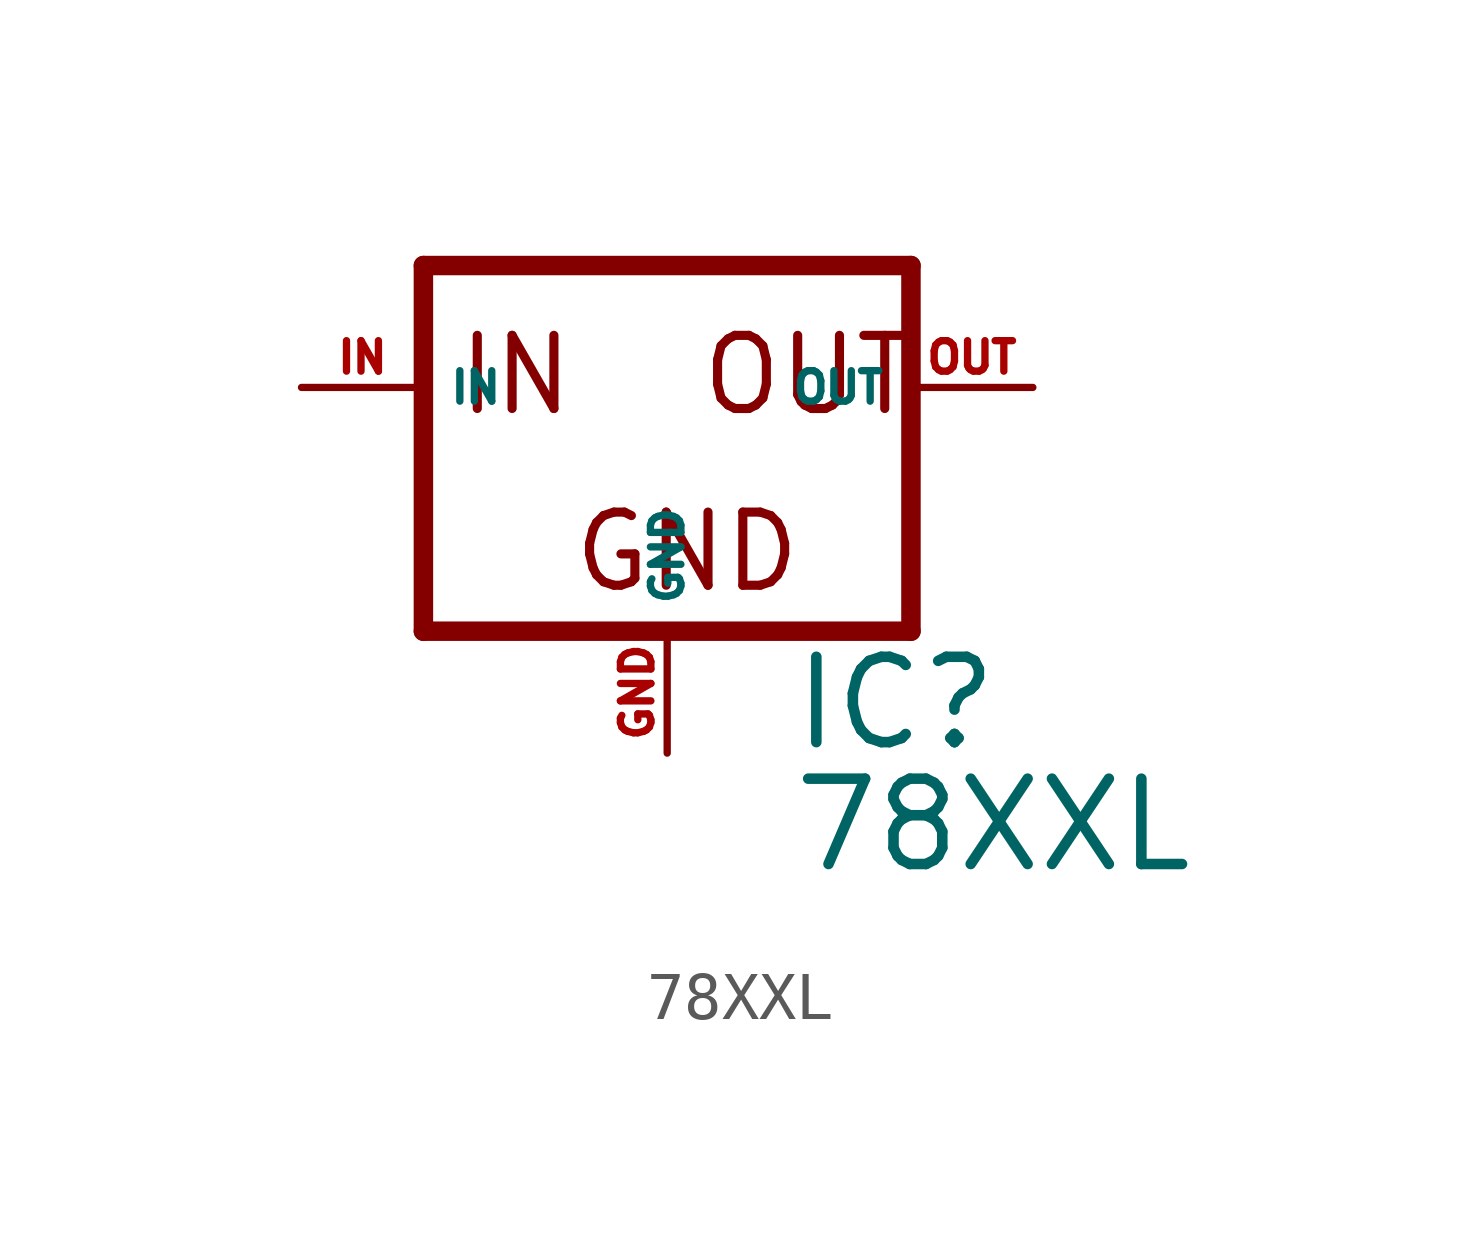
<source format=kicad_sym>
(kicad_symbol_lib
  (version 20220914)
  (generator Eagle2Kicad)
  (symbol "78XXL"
    (property "Reference" "IC"
      (at 2.54 -7.62 0)
      (effects (font (size 1.778 1.778) (thickness 0.22)) (justify left bottom)))
    (property "Value" "78XXL"
      (at 2.54 -10.16 0)
      (effects (font (size 1.778 1.778) (thickness 0.22)) (justify left bottom)))
    (polyline
      (pts (xy -5.08 -5.08) (xy 5.08 -5.08))
      (stroke (width 0.406) (type default))
      (fill (type none)))
    (polyline
      (pts (xy 5.08 -5.08) (xy 5.08 2.54))
      (stroke (width 0.406) (type default))
      (fill (type none)))
    (polyline
      (pts (xy 5.08 2.54) (xy -5.08 2.54))
      (stroke (width 0.406) (type default))
      (fill (type none)))
    (polyline
      (pts (xy -5.08 2.54) (xy -5.08 -5.08))
      (stroke (width 0.406) (type default))
      (fill (type none)))
    (text "GND"
      (at -2.032 -4.318 0)
      (effects (font (size 1.524 1.524) (thickness 0.19)) (justify left bottom)))
    (text "IN"
      (at -4.445 -0.635 0)
      (effects (font (size 1.524 1.524) (thickness 0.19)) (justify left bottom)))
    (text "OUT"
      (at 0.635 -0.635 0)
      (effects (font (size 1.524 1.524) (thickness 0.19)) (justify left bottom)))
    (pin input line
      (at -7.62 0 0)
      (length 2.54)
      (name "IN" (effects (font (size 0.635 0.635) (thickness 0.08)) (justify left bottom)))
      (number "IN" (effects (font (size 0.635 0.635) (thickness 0.08)) (justify left bottom))))
    (pin input line
      (at 0 -7.62 90)
      (length 2.54)
      (name "GND" (effects (font (size 0.635 0.635) (thickness 0.08)) (justify left bottom)))
      (number "GND" (effects (font (size 0.635 0.635) (thickness 0.08)) (justify left bottom))))
    (pin passive line
      (at 7.62 0 180)
      (length 2.54)
      (name "OUT" (effects (font (size 0.635 0.635) (thickness 0.08)) (justify left bottom)))
      (number "OUT" (effects (font (size 0.635 0.635) (thickness 0.08)) (justify left bottom))))))
</source>
